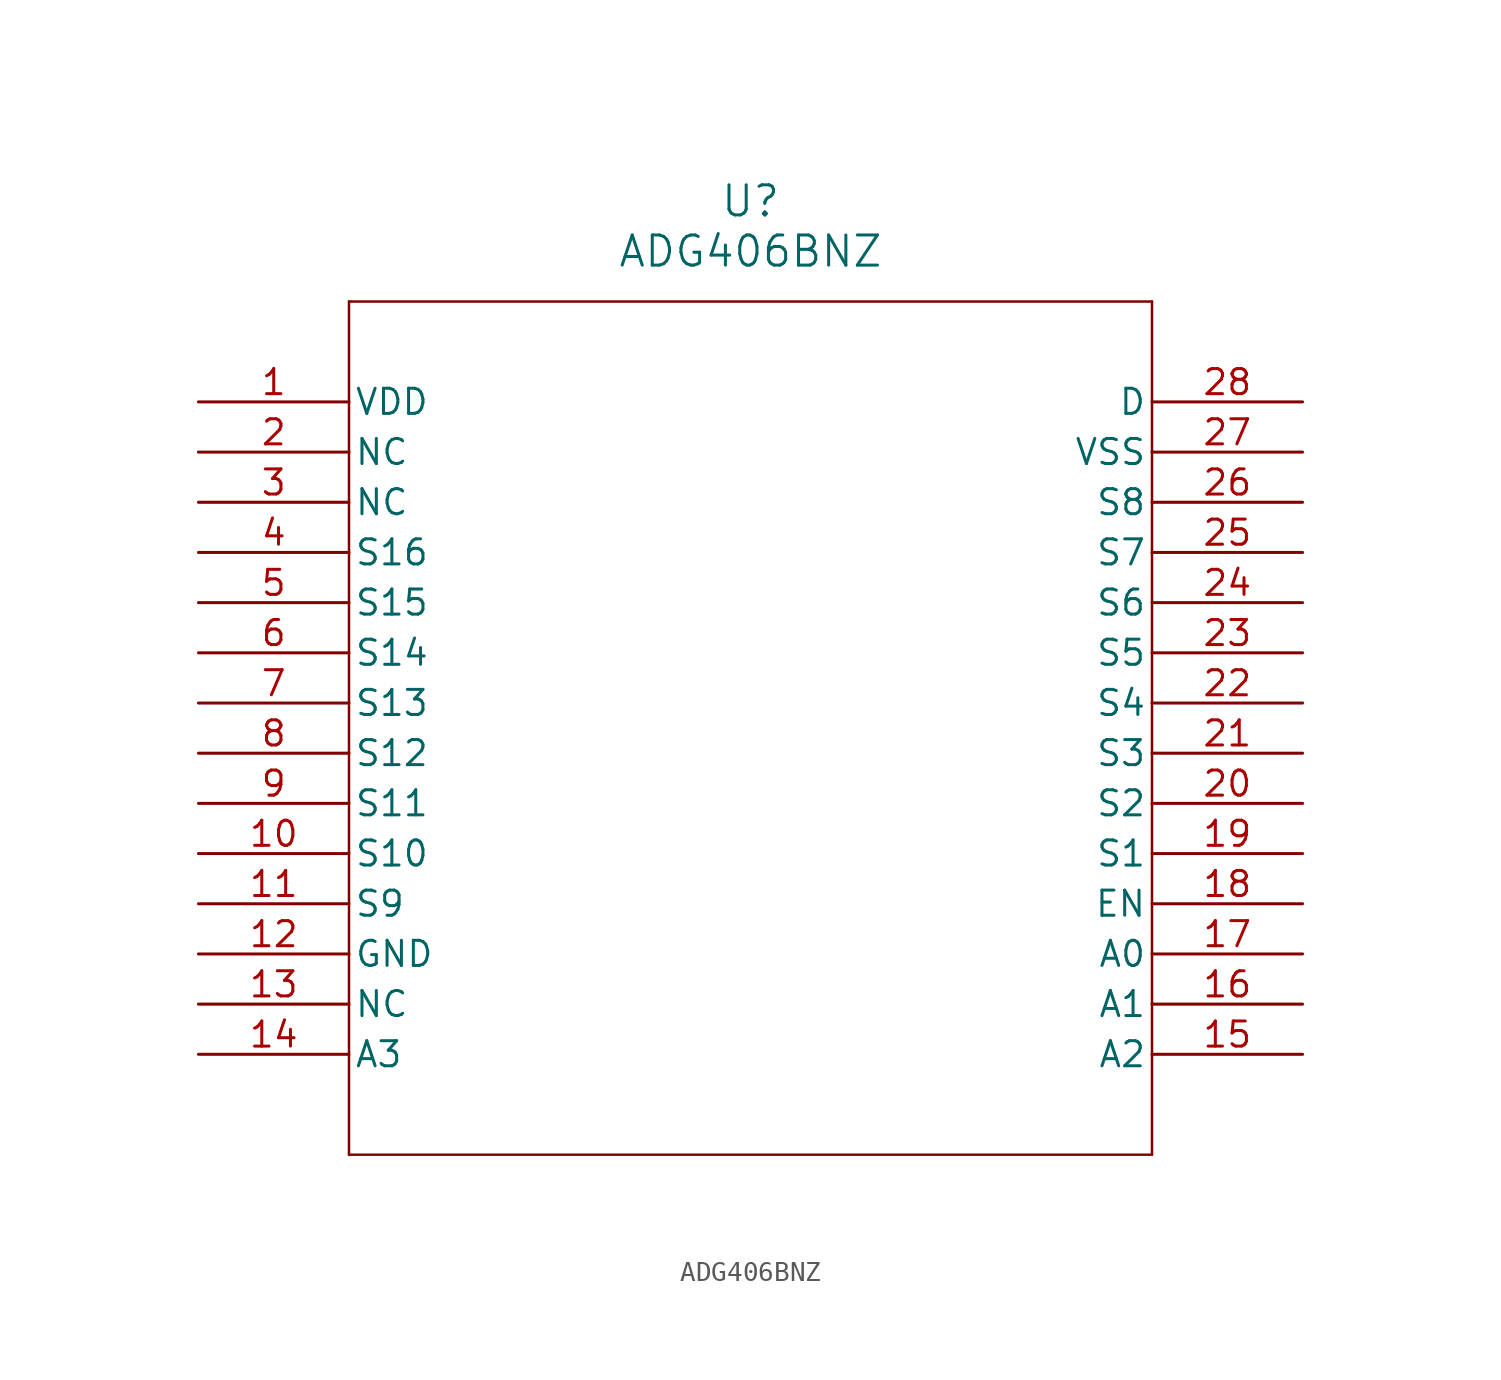
<source format=kicad_sym>
(kicad_symbol_lib
  (version 20220914)
  (generator kicad_symbol_editor)
  (symbol "ADG406BNZ"
    (pin_names
      (offset 0.254))
    (property "Reference" "U"
      (at 27.94 10.16 0)
      (effects (font (size 1.524 1.524))))
    (property "Value" "ADG406BNZ"
      (at 27.94 7.62 0)
      (effects (font (size 1.524 1.524))))
    (symbol "ADG406BNZ_0_1"
      (polyline (pts (xy 7.62 -38.1) (xy 48.26 -38.1)) (stroke (width 0.127) (type default)) (fill (type none)))
      (polyline (pts (xy 7.62 5.08) (xy 7.62 -38.1)) (stroke (width 0.127) (type default)) (fill (type none)))
      (polyline (pts (xy 48.26 -38.1) (xy 48.26 5.08)) (stroke (width 0.127) (type default)) (fill (type none)))
      (polyline (pts (xy 48.26 5.08) (xy 7.62 5.08)) (stroke (width 0.127) (type default)) (fill (type none)))
      (pin power_in line (at 0 0 0) (length 7.62) (name "VDD" (effects (font (size 1.27 1.27)))) (number "1" (effects (font (size 1.27 1.27)))))
      (pin unspecified line (at 0 -22.86 0) (length 7.62) (name "S10" (effects (font (size 1.27 1.27)))) (number "10" (effects (font (size 1.27 1.27)))))
      (pin unspecified line (at 0 -25.4 0) (length 7.62) (name "S9" (effects (font (size 1.27 1.27)))) (number "11" (effects (font (size 1.27 1.27)))))
      (pin unspecified line (at 0 -27.94 0) (length 7.62) (name "GND" (effects (font (size 1.27 1.27)))) (number "12" (effects (font (size 1.27 1.27)))))
      (pin unspecified line (at 0 -30.48 0) (length 7.62) (name "NC" (effects (font (size 1.27 1.27)))) (number "13" (effects (font (size 1.27 1.27)))))
      (pin unspecified line (at 0 -33.02 0) (length 7.62) (name "A3" (effects (font (size 1.27 1.27)))) (number "14" (effects (font (size 1.27 1.27)))))
      (pin unspecified line (at 55.88 -33.02 180) (length 7.62) (name "A2" (effects (font (size 1.27 1.27)))) (number "15" (effects (font (size 1.27 1.27)))))
      (pin unspecified line (at 55.88 -30.48 180) (length 7.62) (name "A1" (effects (font (size 1.27 1.27)))) (number "16" (effects (font (size 1.27 1.27)))))
      (pin unspecified line (at 55.88 -27.94 180) (length 7.62) (name "A0" (effects (font (size 1.27 1.27)))) (number "17" (effects (font (size 1.27 1.27)))))
      (pin unspecified line (at 55.88 -25.4 180) (length 7.62) (name "EN" (effects (font (size 1.27 1.27)))) (number "18" (effects (font (size 1.27 1.27)))))
      (pin unspecified line (at 55.88 -22.86 180) (length 7.62) (name "S1" (effects (font (size 1.27 1.27)))) (number "19" (effects (font (size 1.27 1.27)))))
      (pin unspecified line (at 0 -2.54 0) (length 7.62) (name "NC" (effects (font (size 1.27 1.27)))) (number "2" (effects (font (size 1.27 1.27)))))
      (pin unspecified line (at 55.88 -20.32 180) (length 7.62) (name "S2" (effects (font (size 1.27 1.27)))) (number "20" (effects (font (size 1.27 1.27)))))
      (pin unspecified line (at 55.88 -17.78 180) (length 7.62) (name "S3" (effects (font (size 1.27 1.27)))) (number "21" (effects (font (size 1.27 1.27)))))
      (pin unspecified line (at 55.88 -15.24 180) (length 7.62) (name "S4" (effects (font (size 1.27 1.27)))) (number "22" (effects (font (size 1.27 1.27)))))
      (pin unspecified line (at 55.88 -12.7 180) (length 7.62) (name "S5" (effects (font (size 1.27 1.27)))) (number "23" (effects (font (size 1.27 1.27)))))
      (pin unspecified line (at 55.88 -10.16 180) (length 7.62) (name "S6" (effects (font (size 1.27 1.27)))) (number "24" (effects (font (size 1.27 1.27)))))
      (pin unspecified line (at 55.88 -7.62 180) (length 7.62) (name "S7" (effects (font (size 1.27 1.27)))) (number "25" (effects (font (size 1.27 1.27)))))
      (pin unspecified line (at 55.88 -5.08 180) (length 7.62) (name "S8" (effects (font (size 1.27 1.27)))) (number "26" (effects (font (size 1.27 1.27)))))
      (pin power_in line (at 55.88 -2.54 180) (length 7.62) (name "VSS" (effects (font (size 1.27 1.27)))) (number "27" (effects (font (size 1.27 1.27)))))
      (pin unspecified line (at 55.88 0 180) (length 7.62) (name "D" (effects (font (size 1.27 1.27)))) (number "28" (effects (font (size 1.27 1.27)))))
      (pin unspecified line (at 0 -5.08 0) (length 7.62) (name "NC" (effects (font (size 1.27 1.27)))) (number "3" (effects (font (size 1.27 1.27)))))
      (pin unspecified line (at 0 -7.62 0) (length 7.62) (name "S16" (effects (font (size 1.27 1.27)))) (number "4" (effects (font (size 1.27 1.27)))))
      (pin unspecified line (at 0 -10.16 0) (length 7.62) (name "S15" (effects (font (size 1.27 1.27)))) (number "5" (effects (font (size 1.27 1.27)))))
      (pin unspecified line (at 0 -12.7 0) (length 7.62) (name "S14" (effects (font (size 1.27 1.27)))) (number "6" (effects (font (size 1.27 1.27)))))
      (pin unspecified line (at 0 -15.24 0) (length 7.62) (name "S13" (effects (font (size 1.27 1.27)))) (number "7" (effects (font (size 1.27 1.27)))))
      (pin unspecified line (at 0 -17.78 0) (length 7.62) (name "S12" (effects (font (size 1.27 1.27)))) (number "8" (effects (font (size 1.27 1.27)))))
      (pin unspecified line (at 0 -20.32 0) (length 7.62) (name "S11" (effects (font (size 1.27 1.27)))) (number "9" (effects (font (size 1.27 1.27))))))))
</source>
